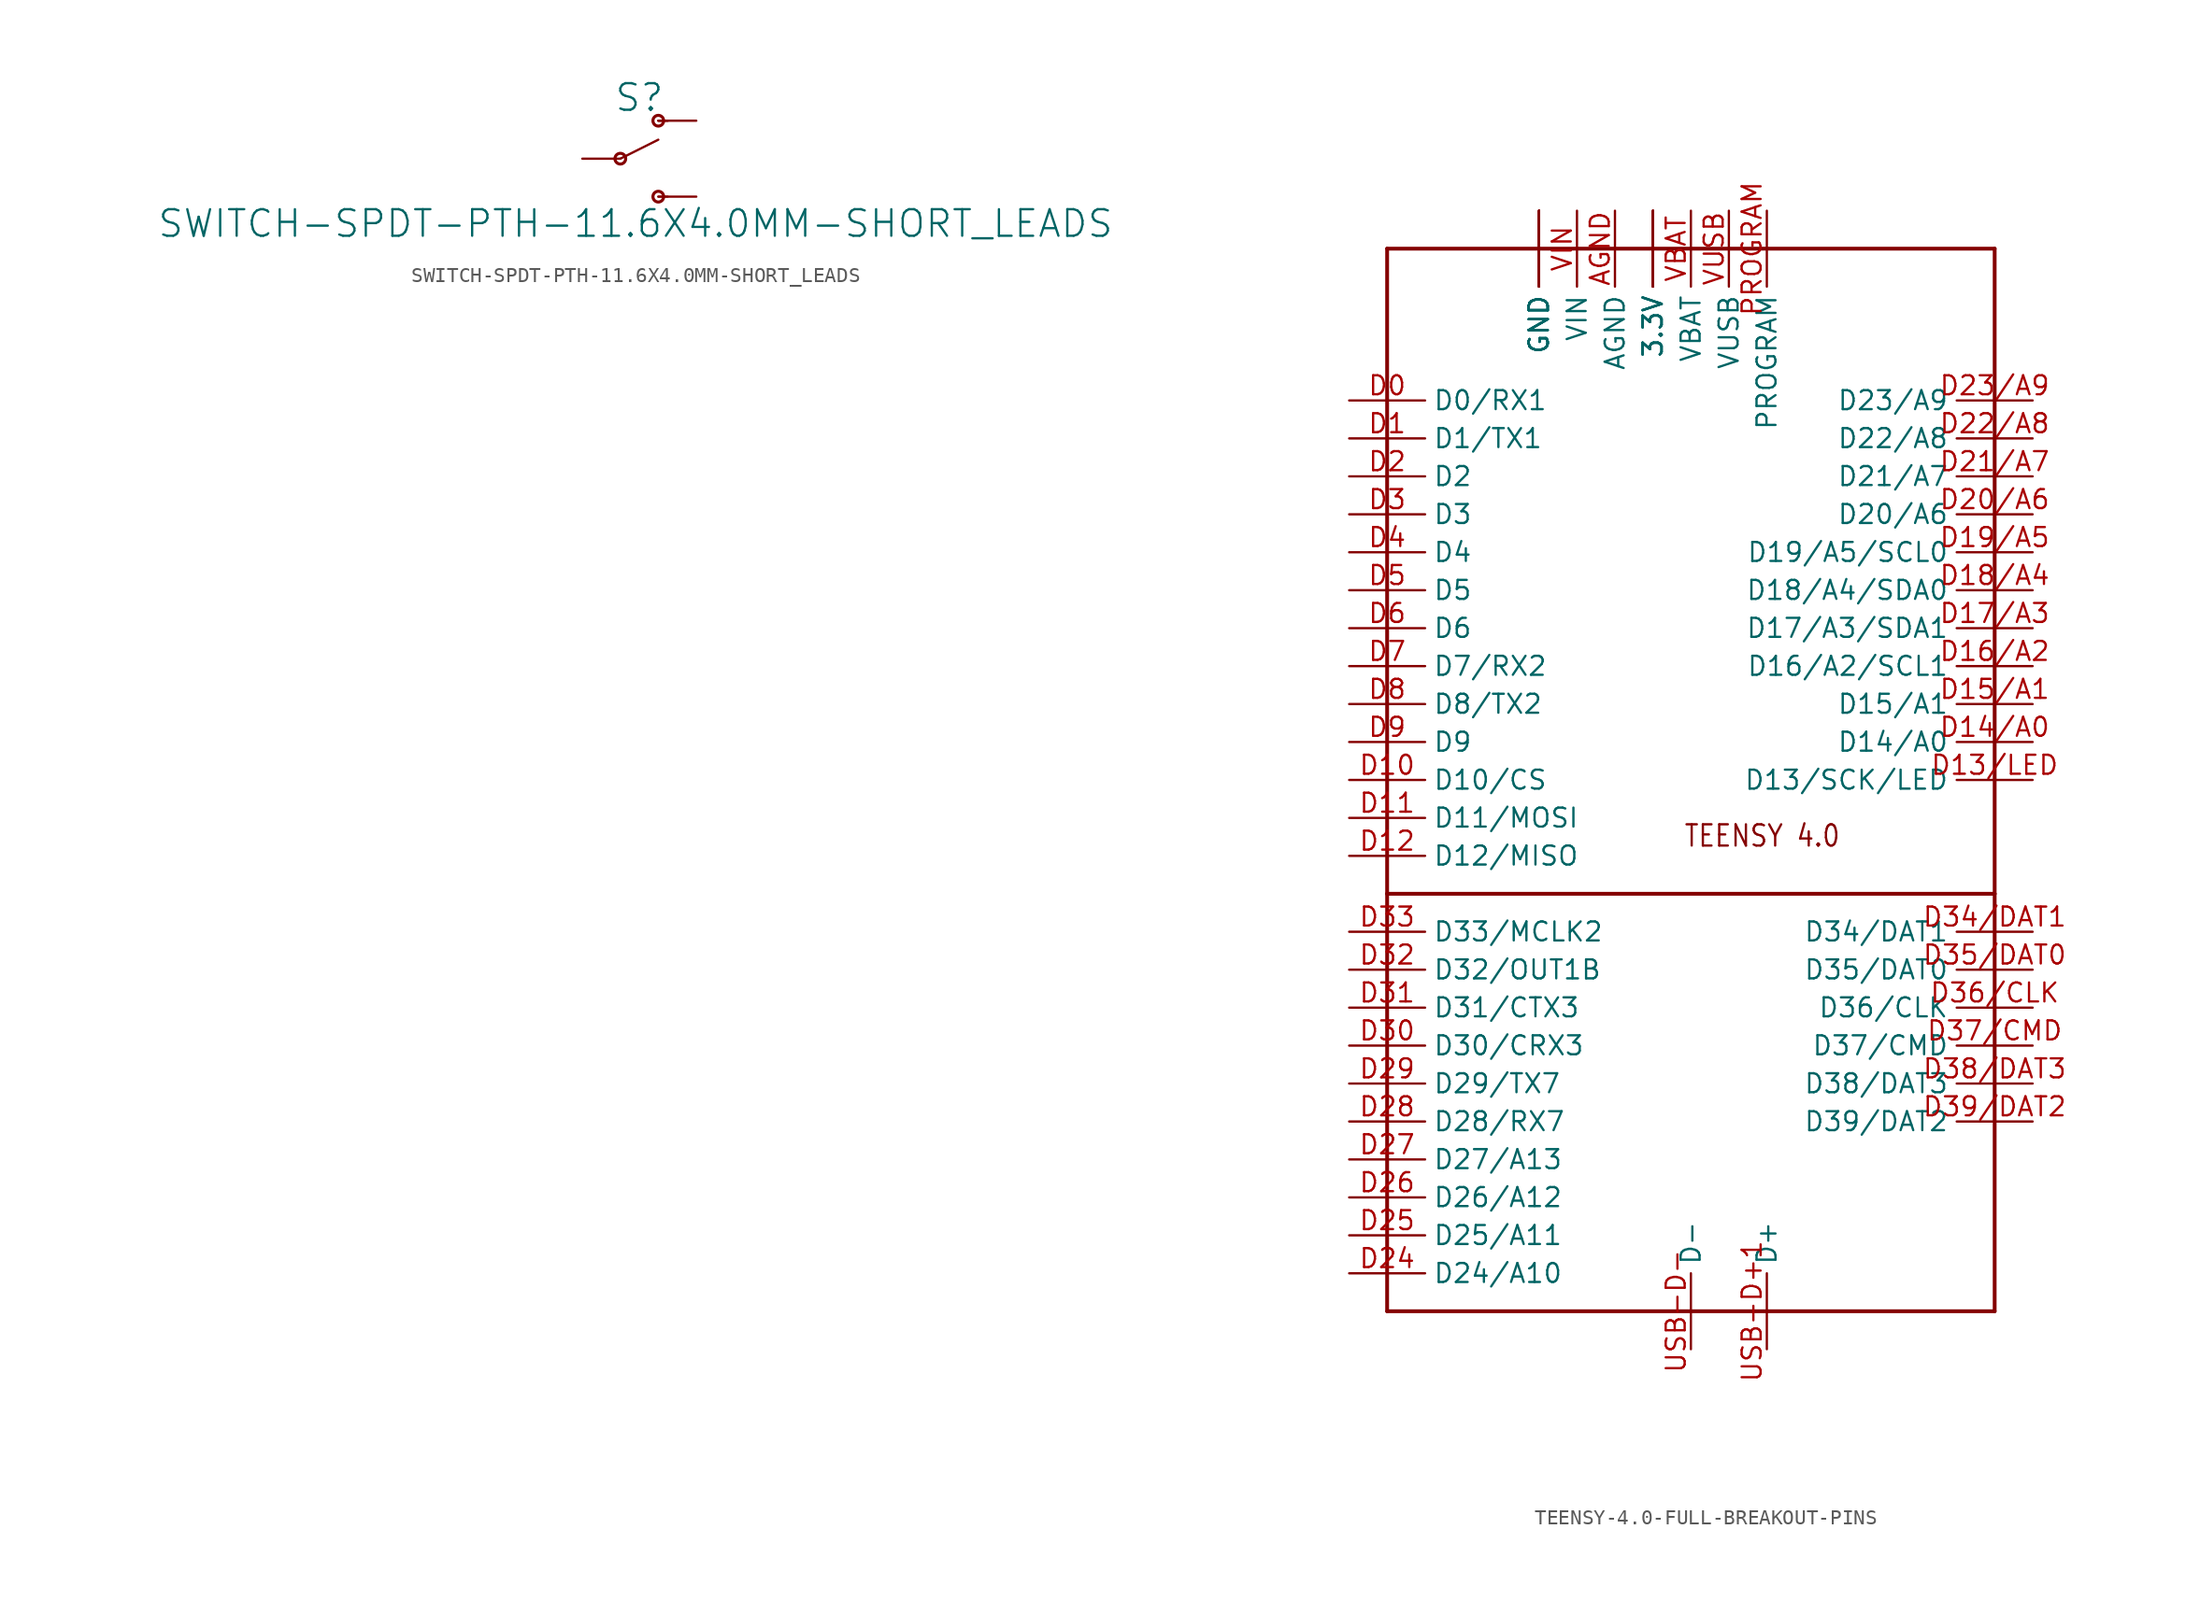
<source format=kicad_sym>
(kicad_symbol_lib
  (version 20211014)
  (generator kicad_symbol_editor)
  (symbol "SWITCH-SPDT-PTH-11.6X4.0MM-SHORT_LEADS"
    (property "Reference" "S"
      (at 1.27 3.048 0)
      (effects (font (size 1.778 1.778)) (justify bottom)))
    (property "Value" "SWITCH-SPDT-PTH-11.6X4.0MM-SHORT_LEADS"
      (at 1.016 -3.302 0)
      (effects (font (size 1.778 1.778)) (justify top)))
    (property "ki_locked" ""
      (at 0 0 0)
      (effects (font (size 1.27 1.27))))
    (symbol "SWITCH-SPDT-PTH-11.6X4.0MM-SHORT_LEADS_1_0"
      (polyline (pts (xy 0 0) (xy 2.54 1.27)) (stroke (width 0.152) (type default) (color 0 0 0 0)) (fill (type none)))
      (polyline (pts (xy 2.54 -2.54) (xy 3.175 -2.54)) (stroke (width 0.127) (type default) (color 0 0 0 0)) (fill (type none)))
      (polyline (pts (xy 2.54 2.54) (xy 3.175 2.54)) (stroke (width 0.152) (type default) (color 0 0 0 0)) (fill (type none)))
      (circle (center 0 0) (radius 0.359) (stroke (width 0.203) (type default) (color 0 0 0 0)) (fill (type none)))
      (circle (center 2.54 -2.54) (radius 0.359) (stroke (width 0.203) (type default) (color 0 0 0 0)) (fill (type none)))
      (circle (center 2.54 2.54) (radius 0.359) (stroke (width 0.203) (type default) (color 0 0 0 0)) (fill (type none)))
      (pin passive line (at 5.08 2.54 180) (length 2.54) (name "O" (effects (font (size 0 0)))) (number "1" (effects (font (size 0 0)))))
      (pin passive line (at -2.54 0 0) (length 2.54) (name "P" (effects (font (size 0 0)))) (number "2" (effects (font (size 0 0)))))
      (pin passive line (at 5.08 -2.54 180) (length 2.54) (name "S" (effects (font (size 0 0)))) (number "3" (effects (font (size 0 0)))))))
  (symbol "TEENSY-4.0-FULL-BREAKOUT-PINS"
    (property "Reference" ""
      (at 0 0 0)
      (effects (font (size 1.27 1.27)) hide))
    (property "ki_locked" ""
      (at 0 0 0)
      (effects (font (size 1.27 1.27))))
    (symbol "TEENSY-4.0-FULL-BREAKOUT-PINS_1_0"
      (polyline (pts (xy 0 0) (xy 40.64 0)) (stroke (width 0.254) (type default) (color 0 0 0 0)) (fill (type none)))
      (polyline (pts (xy 0 27.94) (xy 0 0)) (stroke (width 0.254) (type default) (color 0 0 0 0)) (fill (type none)))
      (polyline (pts (xy 0 27.94) (xy 40.64 27.94)) (stroke (width 0.254) (type default) (color 0 0 0 0)) (fill (type none)))
      (polyline (pts (xy 0 71.12) (xy 0 27.94)) (stroke (width 0.254) (type default) (color 0 0 0 0)) (fill (type none)))
      (polyline (pts (xy 0 71.12) (xy 40.64 71.12)) (stroke (width 0.254) (type default) (color 0 0 0 0)) (fill (type none)))
      (polyline (pts (xy 40.64 0) (xy 40.64 27.94)) (stroke (width 0.254) (type default) (color 0 0 0 0)) (fill (type none)))
      (polyline (pts (xy 40.64 27.94) (xy 40.64 71.12)) (stroke (width 0.254) (type default) (color 0 0 0 0)) (fill (type none)))
      (text "TEENSY 4.0" (at 19.812 30.988 0) (effects (font (size 1.422 1.209)) (justify left bottom)))
      (pin bidirectional line (at 17.78 73.66 270) (length 5.08) (name "3.3V" (effects (font (size 1.27 1.27)))) (number "3.3V@1" (effects (font (size 0 0)))))
      (pin bidirectional line (at 17.78 73.66 270) (length 5.08) (name "3.3V" (effects (font (size 1.27 1.27)))) (number "3.3V@2" (effects (font (size 0 0)))))
      (pin bidirectional line (at 17.78 73.66 270) (length 5.08) (name "3.3V" (effects (font (size 1.27 1.27)))) (number "3V3" (effects (font (size 0 0)))))
      (pin bidirectional line (at 15.24 73.66 270) (length 5.08) (name "AGND" (effects (font (size 1.27 1.27)))) (number "AGND" (effects (font (size 1.27 1.27)))))
      (pin bidirectional line (at -2.54 60.96 0) (length 5.08) (name "D0/RX1" (effects (font (size 1.27 1.27)))) (number "D0" (effects (font (size 1.27 1.27)))))
      (pin bidirectional line (at -2.54 58.42 0) (length 5.08) (name "D1/TX1" (effects (font (size 1.27 1.27)))) (number "D1" (effects (font (size 1.27 1.27)))))
      (pin bidirectional line (at -2.54 35.56 0) (length 5.08) (name "D10/CS" (effects (font (size 1.27 1.27)))) (number "D10" (effects (font (size 1.27 1.27)))))
      (pin bidirectional line (at -2.54 33.02 0) (length 5.08) (name "D11/MOSI" (effects (font (size 1.27 1.27)))) (number "D11" (effects (font (size 1.27 1.27)))))
      (pin bidirectional line (at -2.54 30.48 0) (length 5.08) (name "D12/MISO" (effects (font (size 1.27 1.27)))) (number "D12" (effects (font (size 1.27 1.27)))))
      (pin bidirectional line (at 43.18 35.56 180) (length 5.08) (name "D13/SCK/LED" (effects (font (size 1.27 1.27)))) (number "D13/LED" (effects (font (size 1.27 1.27)))))
      (pin bidirectional line (at 43.18 38.1 180) (length 5.08) (name "D14/A0" (effects (font (size 1.27 1.27)))) (number "D14/A0" (effects (font (size 1.27 1.27)))))
      (pin bidirectional line (at 43.18 40.64 180) (length 5.08) (name "D15/A1" (effects (font (size 1.27 1.27)))) (number "D15/A1" (effects (font (size 1.27 1.27)))))
      (pin bidirectional line (at 43.18 43.18 180) (length 5.08) (name "D16/A2/SCL1" (effects (font (size 1.27 1.27)))) (number "D16/A2" (effects (font (size 1.27 1.27)))))
      (pin bidirectional line (at 43.18 45.72 180) (length 5.08) (name "D17/A3/SDA1" (effects (font (size 1.27 1.27)))) (number "D17/A3" (effects (font (size 1.27 1.27)))))
      (pin bidirectional line (at 43.18 48.26 180) (length 5.08) (name "D18/A4/SDA0" (effects (font (size 1.27 1.27)))) (number "D18/A4" (effects (font (size 1.27 1.27)))))
      (pin bidirectional line (at 43.18 50.8 180) (length 5.08) (name "D19/A5/SCL0" (effects (font (size 1.27 1.27)))) (number "D19/A5" (effects (font (size 1.27 1.27)))))
      (pin bidirectional line (at -2.54 55.88 0) (length 5.08) (name "D2" (effects (font (size 1.27 1.27)))) (number "D2" (effects (font (size 1.27 1.27)))))
      (pin bidirectional line (at 43.18 53.34 180) (length 5.08) (name "D20/A6" (effects (font (size 1.27 1.27)))) (number "D20/A6" (effects (font (size 1.27 1.27)))))
      (pin bidirectional line (at 43.18 55.88 180) (length 5.08) (name "D21/A7" (effects (font (size 1.27 1.27)))) (number "D21/A7" (effects (font (size 1.27 1.27)))))
      (pin bidirectional line (at 43.18 58.42 180) (length 5.08) (name "D22/A8" (effects (font (size 1.27 1.27)))) (number "D22/A8" (effects (font (size 1.27 1.27)))))
      (pin bidirectional line (at 43.18 60.96 180) (length 5.08) (name "D23/A9" (effects (font (size 1.27 1.27)))) (number "D23/A9" (effects (font (size 1.27 1.27)))))
      (pin bidirectional line (at -2.54 2.54 0) (length 5.08) (name "D24/A10" (effects (font (size 1.27 1.27)))) (number "D24" (effects (font (size 1.27 1.27)))))
      (pin bidirectional line (at -2.54 5.08 0) (length 5.08) (name "D25/A11" (effects (font (size 1.27 1.27)))) (number "D25" (effects (font (size 1.27 1.27)))))
      (pin bidirectional line (at -2.54 7.62 0) (length 5.08) (name "D26/A12" (effects (font (size 1.27 1.27)))) (number "D26" (effects (font (size 1.27 1.27)))))
      (pin bidirectional line (at -2.54 10.16 0) (length 5.08) (name "D27/A13" (effects (font (size 1.27 1.27)))) (number "D27" (effects (font (size 1.27 1.27)))))
      (pin bidirectional line (at -2.54 12.7 0) (length 5.08) (name "D28/RX7" (effects (font (size 1.27 1.27)))) (number "D28" (effects (font (size 1.27 1.27)))))
      (pin bidirectional line (at -2.54 15.24 0) (length 5.08) (name "D29/TX7" (effects (font (size 1.27 1.27)))) (number "D29" (effects (font (size 1.27 1.27)))))
      (pin bidirectional line (at -2.54 53.34 0) (length 5.08) (name "D3" (effects (font (size 1.27 1.27)))) (number "D3" (effects (font (size 1.27 1.27)))))
      (pin bidirectional line (at -2.54 17.78 0) (length 5.08) (name "D30/CRX3" (effects (font (size 1.27 1.27)))) (number "D30" (effects (font (size 1.27 1.27)))))
      (pin bidirectional line (at -2.54 20.32 0) (length 5.08) (name "D31/CTX3" (effects (font (size 1.27 1.27)))) (number "D31" (effects (font (size 1.27 1.27)))))
      (pin bidirectional line (at -2.54 22.86 0) (length 5.08) (name "D32/OUT1B" (effects (font (size 1.27 1.27)))) (number "D32" (effects (font (size 1.27 1.27)))))
      (pin bidirectional line (at -2.54 25.4 0) (length 5.08) (name "D33/MCLK2" (effects (font (size 1.27 1.27)))) (number "D33" (effects (font (size 1.27 1.27)))))
      (pin bidirectional line (at 43.18 25.4 180) (length 5.08) (name "D34/DAT1" (effects (font (size 1.27 1.27)))) (number "D34/DAT1" (effects (font (size 1.27 1.27)))))
      (pin bidirectional line (at 43.18 22.86 180) (length 5.08) (name "D35/DAT0" (effects (font (size 1.27 1.27)))) (number "D35/DAT0" (effects (font (size 1.27 1.27)))))
      (pin bidirectional line (at 43.18 20.32 180) (length 5.08) (name "D36/CLK" (effects (font (size 1.27 1.27)))) (number "D36/CLK" (effects (font (size 1.27 1.27)))))
      (pin bidirectional line (at 43.18 17.78 180) (length 5.08) (name "D37/CMD" (effects (font (size 1.27 1.27)))) (number "D37/CMD" (effects (font (size 1.27 1.27)))))
      (pin bidirectional line (at 43.18 15.24 180) (length 5.08) (name "D38/DAT3" (effects (font (size 1.27 1.27)))) (number "D38/DAT3" (effects (font (size 1.27 1.27)))))
      (pin bidirectional line (at 43.18 12.7 180) (length 5.08) (name "D39/DAT2" (effects (font (size 1.27 1.27)))) (number "D39/DAT2" (effects (font (size 1.27 1.27)))))
      (pin bidirectional line (at -2.54 50.8 0) (length 5.08) (name "D4" (effects (font (size 1.27 1.27)))) (number "D4" (effects (font (size 1.27 1.27)))))
      (pin bidirectional line (at -2.54 48.26 0) (length 5.08) (name "D5" (effects (font (size 1.27 1.27)))) (number "D5" (effects (font (size 1.27 1.27)))))
      (pin bidirectional line (at -2.54 45.72 0) (length 5.08) (name "D6" (effects (font (size 1.27 1.27)))) (number "D6" (effects (font (size 1.27 1.27)))))
      (pin bidirectional line (at -2.54 43.18 0) (length 5.08) (name "D7/RX2" (effects (font (size 1.27 1.27)))) (number "D7" (effects (font (size 1.27 1.27)))))
      (pin bidirectional line (at -2.54 40.64 0) (length 5.08) (name "D8/TX2" (effects (font (size 1.27 1.27)))) (number "D8" (effects (font (size 1.27 1.27)))))
      (pin bidirectional line (at -2.54 38.1 0) (length 5.08) (name "D9" (effects (font (size 1.27 1.27)))) (number "D9" (effects (font (size 1.27 1.27)))))
      (pin bidirectional line (at 10.16 73.66 270) (length 5.08) (name "GND" (effects (font (size 1.27 1.27)))) (number "GND" (effects (font (size 0 0)))))
      (pin bidirectional line (at 10.16 73.66 270) (length 5.08) (name "GND" (effects (font (size 1.27 1.27)))) (number "GND@1" (effects (font (size 0 0)))))
      (pin bidirectional line (at 10.16 73.66 270) (length 5.08) (name "GND" (effects (font (size 1.27 1.27)))) (number "GND@2" (effects (font (size 0 0)))))
      (pin bidirectional line (at 17.78 73.66 270) (length 5.08) (name "3.3V" (effects (font (size 1.27 1.27)))) (number "ON/OFF" (effects (font (size 0 0)))))
      (pin bidirectional line (at 10.16 73.66 270) (length 5.08) (name "GND" (effects (font (size 1.27 1.27)))) (number "P$11" (effects (font (size 0 0)))))
      (pin bidirectional line (at 10.16 73.66 270) (length 5.08) (name "GND" (effects (font (size 1.27 1.27)))) (number "P$12" (effects (font (size 0 0)))))
      (pin bidirectional line (at 25.4 73.66 270) (length 5.08) (name "PROGRAM" (effects (font (size 1.27 1.27)))) (number "PROGRAM" (effects (font (size 1.27 1.27)))))
      (pin bidirectional line (at 25.4 -2.54 90) (length 5.08) (name "D+" (effects (font (size 1.27 1.27)))) (number "USB-D+1" (effects (font (size 1.27 1.27)))))
      (pin bidirectional line (at 20.32 -2.54 90) (length 5.08) (name "D-" (effects (font (size 1.27 1.27)))) (number "USB-D-" (effects (font (size 1.27 1.27)))))
      (pin bidirectional line (at 20.32 73.66 270) (length 5.08) (name "VBAT" (effects (font (size 1.27 1.27)))) (number "VBAT" (effects (font (size 1.27 1.27)))))
      (pin bidirectional line (at 12.7 73.66 270) (length 5.08) (name "VIN" (effects (font (size 1.27 1.27)))) (number "VIN" (effects (font (size 1.27 1.27)))))
      (pin bidirectional line (at 22.86 73.66 270) (length 5.08) (name "VUSB" (effects (font (size 1.27 1.27)))) (number "VUSB" (effects (font (size 1.27 1.27))))))))
</source>
